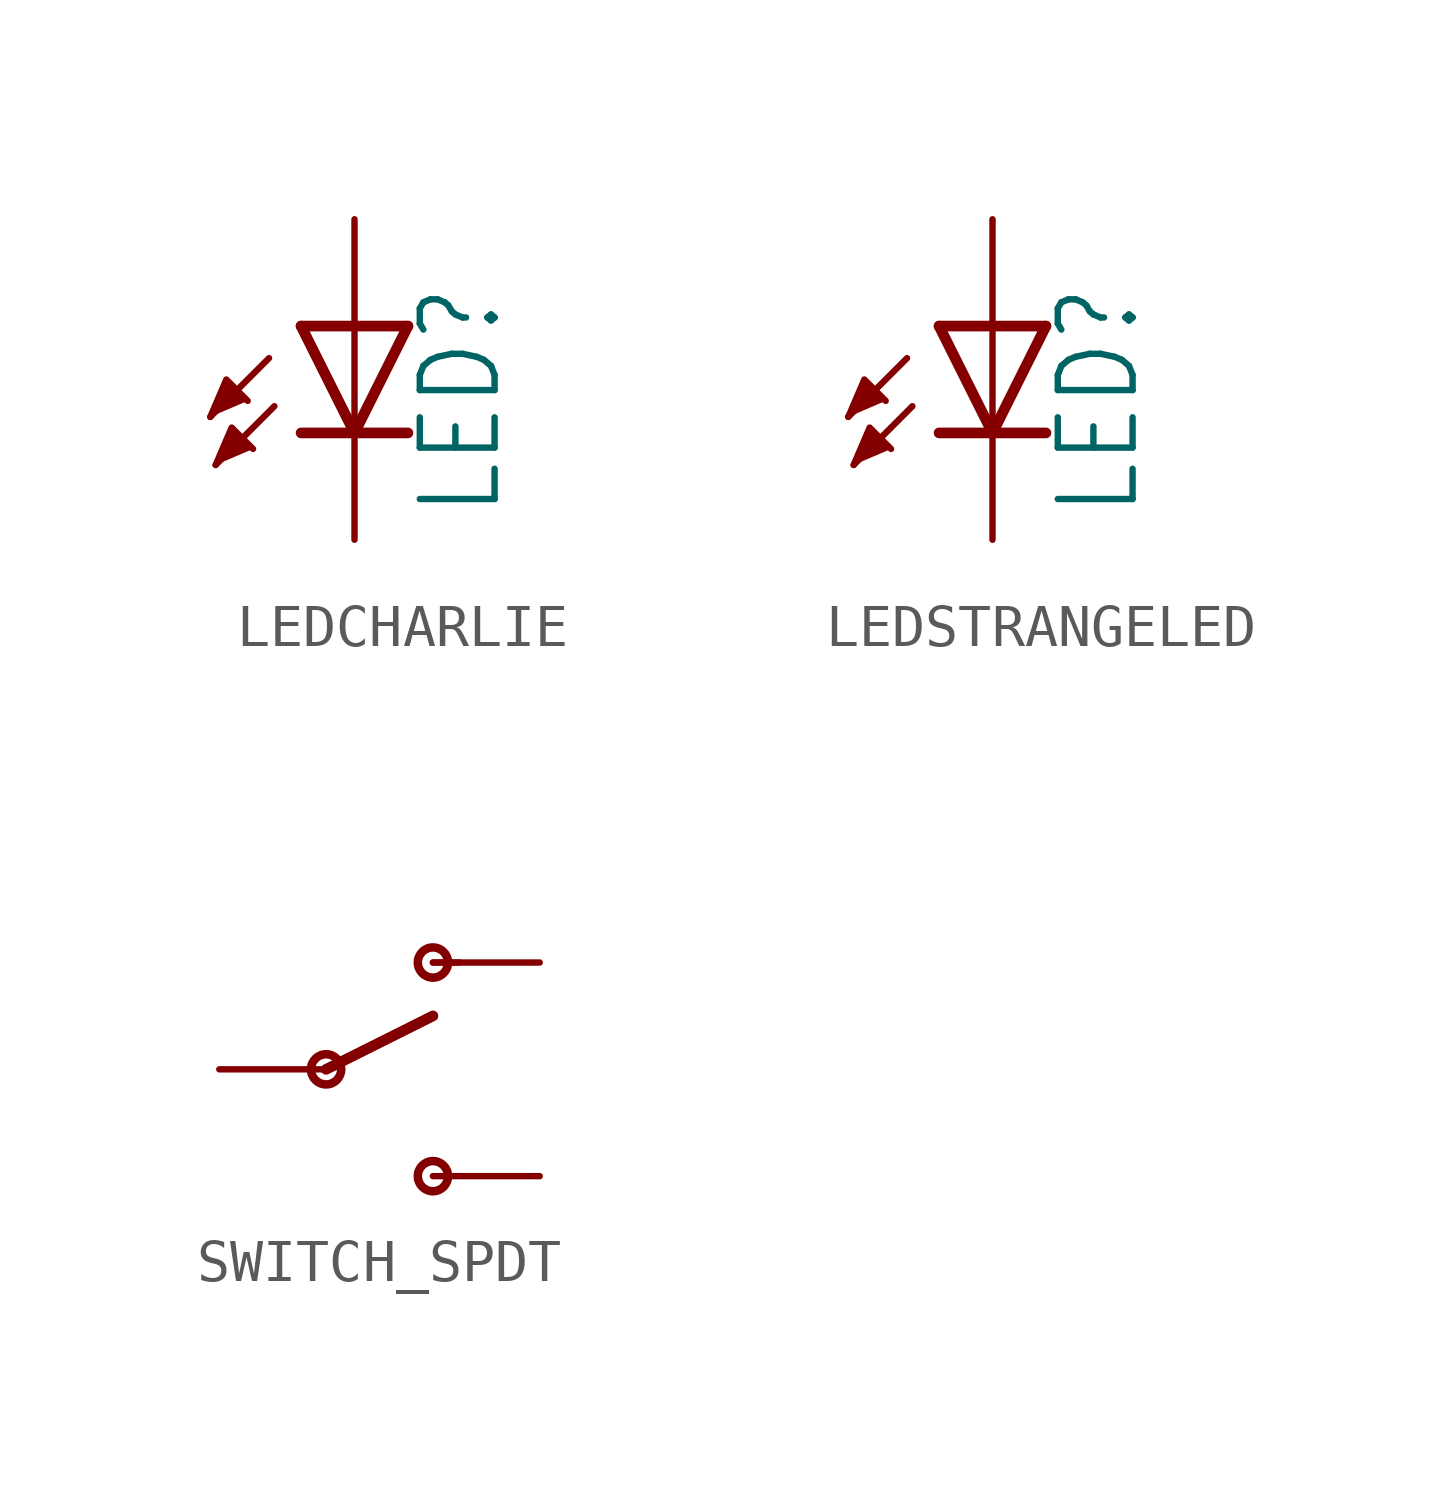
<source format=kicad_sym>
(kicad_symbol_lib
  (version 20231120)
  (generator "kicad_symbol_editor")
  (generator_version "8.0")
  (symbol "LEDCHARLIE"
    (property "Reference" "LED"
      (at 3.556 -4.572 90)
      (effects (font (size 1.778 1.511)) (justify left bottom)))
    (property "Value" ""
      (at 5.715 -4.572 90)
      (effects (font (size 1.778 1.511)) (justify left bottom)))
    (property "ki_locked" ""
      (at 0 0 0)
      (effects (font (size 1.27 1.27))))
    (symbol "LEDCHARLIE_1_0"
      (polyline (pts (xy -2.032 -0.762) (xy -3.429 -2.159)) (stroke (width 0.152) (type solid)) (fill (type none)))
      (polyline (pts (xy -1.905 -1.905) (xy -3.302 -3.302)) (stroke (width 0.152) (type solid)) (fill (type none)))
      (polyline (pts (xy 0 -2.54) (xy -1.27 -2.54)) (stroke (width 0.254) (type solid)) (fill (type none)))
      (polyline (pts (xy 0 -2.54) (xy -1.27 0)) (stroke (width 0.254) (type solid)) (fill (type none)))
      (polyline (pts (xy 0 0) (xy -1.27 0)) (stroke (width 0.254) (type solid)) (fill (type none)))
      (polyline (pts (xy 0 0) (xy 0 -2.54)) (stroke (width 0.152) (type solid)) (fill (type none)))
      (polyline (pts (xy 1.27 -2.54) (xy 0 -2.54)) (stroke (width 0.254) (type solid)) (fill (type none)))
      (polyline (pts (xy 1.27 0) (xy 0 -2.54)) (stroke (width 0.254) (type solid)) (fill (type none)))
      (polyline (pts (xy 1.27 0) (xy 0 0)) (stroke (width 0.254) (type solid)) (fill (type none)))
      (polyline (pts (xy -3.429 -2.159) (xy -3.048 -1.27) (xy -2.54 -1.778)) (stroke (width 0.152) (type solid)) (fill (type outline)))
      (polyline (pts (xy -3.302 -3.302) (xy -2.921 -2.413) (xy -2.413 -2.921)) (stroke (width 0.152) (type solid)) (fill (type outline)))
      (pin passive line (at 0 2.54 270) (length 2.54) (name "A" (effects (font (size 0 0)))) (number "A" (effects (font (size 0 0)))))
      (pin passive line (at 0 -5.08 90) (length 2.54) (name "C" (effects (font (size 0 0)))) (number "C" (effects (font (size 0 0)))))))
  (symbol "LEDSTRANGELED"
    (property "Reference" "LED"
      (at 3.556 -4.572 90)
      (effects (font (size 1.778 1.511)) (justify left bottom)))
    (property "Value" ""
      (at 5.715 -4.572 90)
      (effects (font (size 1.778 1.511)) (justify left bottom)))
    (property "ki_locked" ""
      (at 0 0 0)
      (effects (font (size 1.27 1.27))))
    (symbol "LEDSTRANGELED_1_0"
      (polyline (pts (xy -2.032 -0.762) (xy -3.429 -2.159)) (stroke (width 0.152) (type solid)) (fill (type none)))
      (polyline (pts (xy -1.905 -1.905) (xy -3.302 -3.302)) (stroke (width 0.152) (type solid)) (fill (type none)))
      (polyline (pts (xy 0 -2.54) (xy -1.27 -2.54)) (stroke (width 0.254) (type solid)) (fill (type none)))
      (polyline (pts (xy 0 -2.54) (xy -1.27 0)) (stroke (width 0.254) (type solid)) (fill (type none)))
      (polyline (pts (xy 0 0) (xy -1.27 0)) (stroke (width 0.254) (type solid)) (fill (type none)))
      (polyline (pts (xy 0 0) (xy 0 -2.54)) (stroke (width 0.152) (type solid)) (fill (type none)))
      (polyline (pts (xy 1.27 -2.54) (xy 0 -2.54)) (stroke (width 0.254) (type solid)) (fill (type none)))
      (polyline (pts (xy 1.27 0) (xy 0 -2.54)) (stroke (width 0.254) (type solid)) (fill (type none)))
      (polyline (pts (xy 1.27 0) (xy 0 0)) (stroke (width 0.254) (type solid)) (fill (type none)))
      (polyline (pts (xy -3.429 -2.159) (xy -3.048 -1.27) (xy -2.54 -1.778)) (stroke (width 0.152) (type solid)) (fill (type outline)))
      (polyline (pts (xy -3.302 -3.302) (xy -2.921 -2.413) (xy -2.413 -2.921)) (stroke (width 0.152) (type solid)) (fill (type outline)))
      (pin passive line (at 0 2.54 270) (length 2.54) (name "A" (effects (font (size 0 0)))) (number "A" (effects (font (size 0 0)))))
      (pin passive line (at 0 -5.08 90) (length 2.54) (name "C" (effects (font (size 0 0)))) (number "C" (effects (font (size 0 0)))))))
  (symbol "SWITCH_SPDT"
    (property "Reference" ""
      (at -1.905 -6.35 0)
      (effects (font (size 1.778 1.511)) (justify left bottom) (hide yes)))
    (property "Value" ""
      (at -2.54 3.81 0)
      (effects (font (size 1.778 1.511)) (justify left bottom)))
    (property "ki_locked" ""
      (at 0 0 0)
      (effects (font (size 1.27 1.27))))
    (symbol "SWITCH_SPDT_1_0"
      (polyline (pts (xy 0 0) (xy 2.54 1.27)) (stroke (width 0.254) (type solid)) (fill (type none)))
      (polyline (pts (xy 2.54 -2.54) (xy 3.175 -2.54)) (stroke (width 0.127) (type solid)) (fill (type none)))
      (polyline (pts (xy 2.54 2.54) (xy 3.175 2.54)) (stroke (width 0.152) (type solid)) (fill (type none)))
      (circle (center 0 0) (radius 0.359) (stroke (width 0.203) (type solid)) (fill (type none)))
      (circle (center 2.54 -2.54) (radius 0.359) (stroke (width 0.203) (type solid)) (fill (type none)))
      (circle (center 2.54 2.54) (radius 0.359) (stroke (width 0.203) (type solid)) (fill (type none)))
      (pin passive line (at 5.08 2.54 180) (length 2.54) (name "O" (effects (font (size 0 0)))) (number "O" (effects (font (size 0 0)))))
      (pin passive line (at -2.54 0 0) (length 2.54) (name "P" (effects (font (size 0 0)))) (number "P" (effects (font (size 0 0)))))
      (pin passive line (at 5.08 -2.54 180) (length 2.54) (name "S" (effects (font (size 0 0)))) (number "S" (effects (font (size 0 0))))))))
</source>
